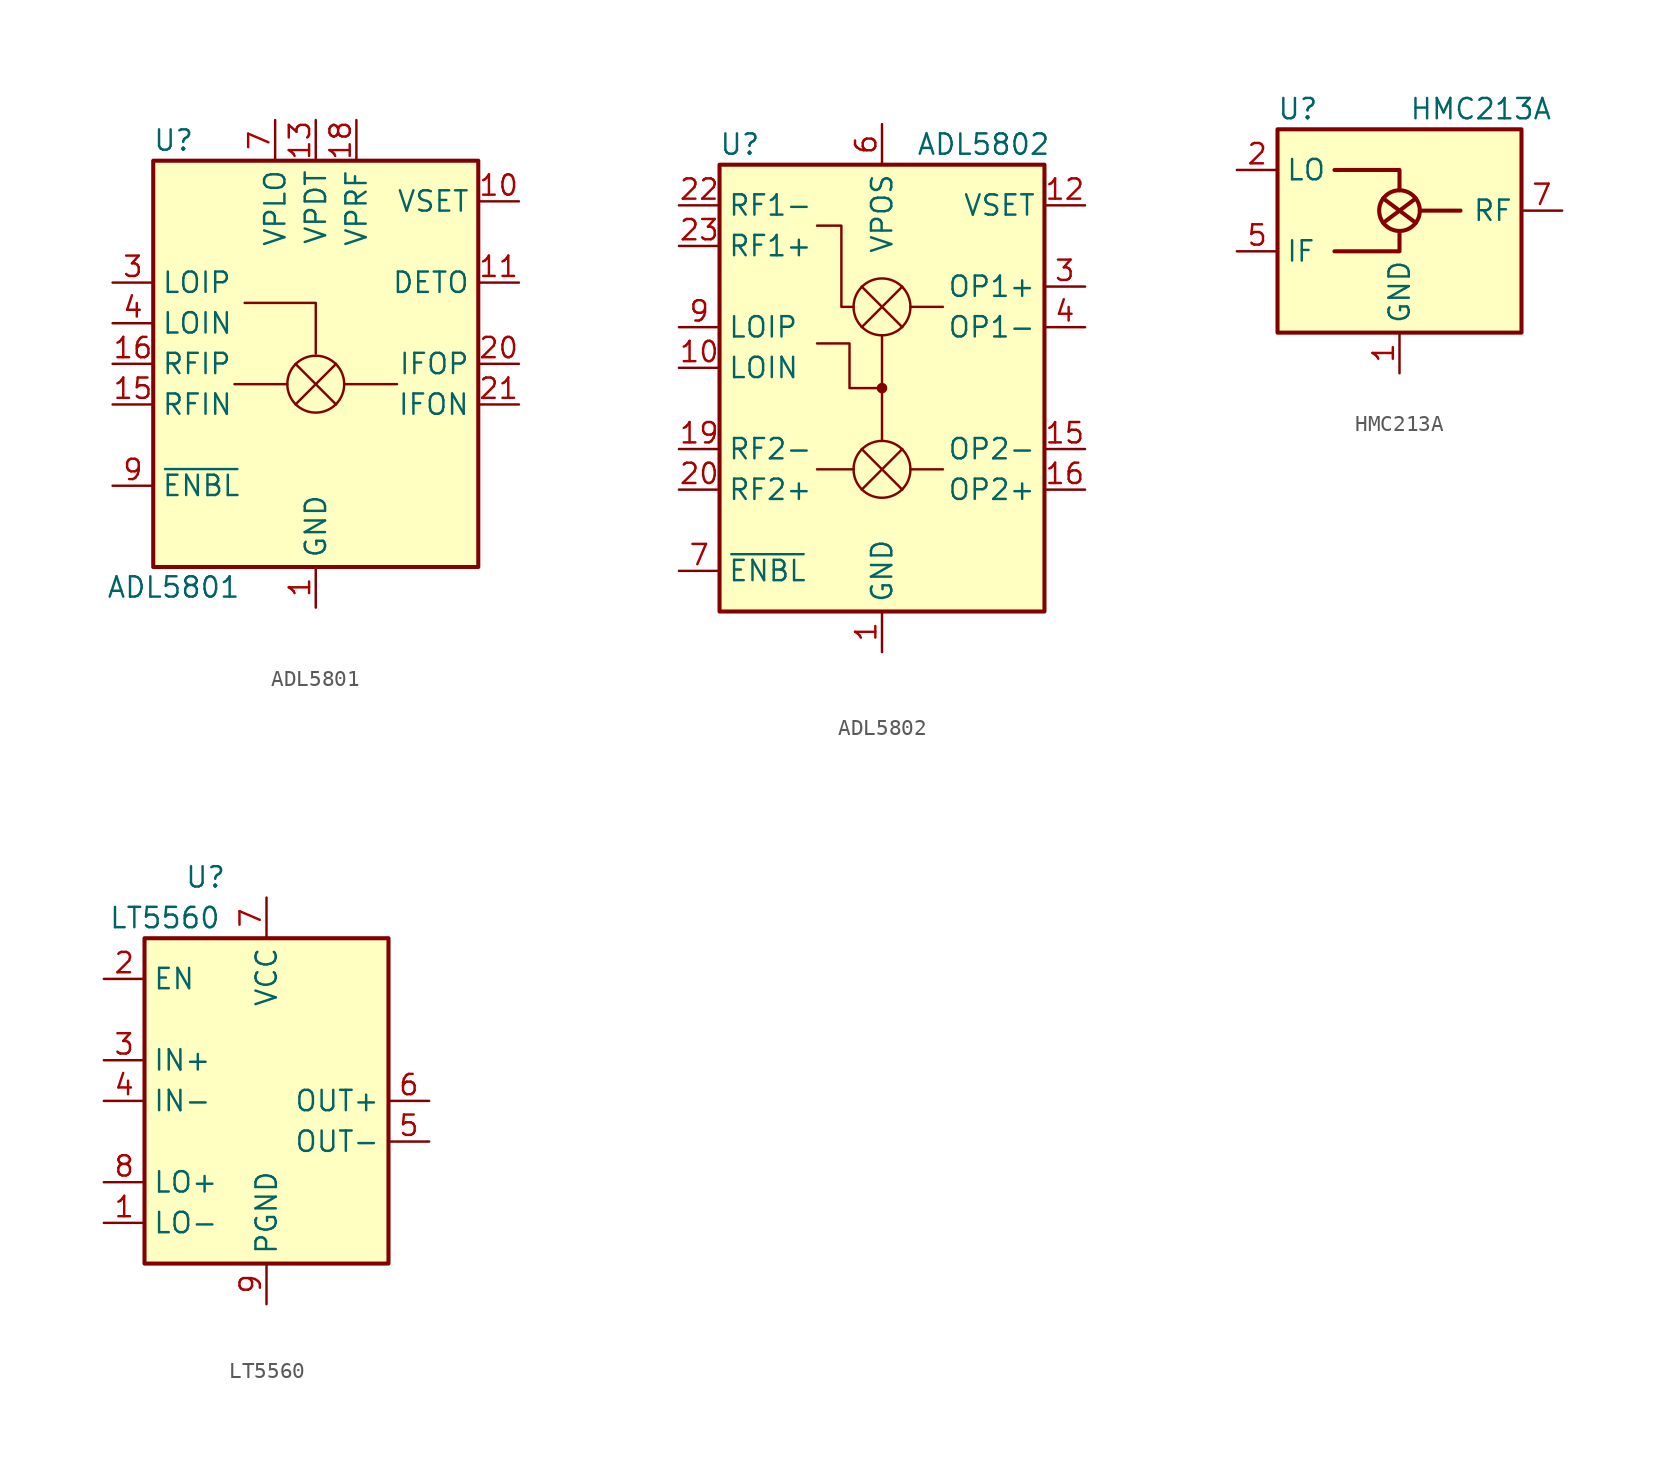
<source format=kicad_sym>
(kicad_symbol_lib
  (version 20241209)
  (generator "kicad_symbol_editor")
  (generator_version "9.0")
  (symbol "ADL5801"
    (property "Reference" "U"
      (at -8.89 13.97 0)
      (effects (font (size 1.27 1.27))))
    (property "Value" "ADL5801"
      (at -8.89 -13.97 0)
      (effects (font (size 1.27 1.27))))
    (symbol "ADL5801_0_1"
      (rectangle (start -10.16 12.7) (end 10.16 -12.7) (stroke (width 0.254) (type default)) (fill (type background)))
      (polyline (pts (xy -4.445 3.81) (xy 0 3.81) (xy 0 0.635)) (stroke (width 0) (type default)) (fill (type none))))
    (symbol "ADL5801_1_1"
      (polyline (pts (xy -1.778 -1.27) (xy -5.08 -1.27)) (stroke (width 0) (type default)) (fill (type none)))
      (polyline (pts (xy -1.27 0) (xy 1.27 -2.54)) (stroke (width 0) (type default)) (fill (type none)))
      (polyline (pts (xy -1.27 -2.54) (xy 1.27 0)) (stroke (width 0) (type default)) (fill (type none)))
      (circle (center 0 -1.27) (radius 1.778) (stroke (width 0) (type default)) (fill (type none)))
      (polyline (pts (xy 1.778 -1.27) (xy 5.08 -1.27)) (stroke (width 0) (type default)) (fill (type none)))
      (pin input line (at -12.7 5.08 0) (length 2.54) (name "LOIP" (effects (font (size 1.27 1.27)))) (number "3" (effects (font (size 1.27 1.27)))))
      (pin input line (at -12.7 2.54 0) (length 2.54) (name "LOIN" (effects (font (size 1.27 1.27)))) (number "4" (effects (font (size 1.27 1.27)))))
      (pin input line (at -12.7 0 0) (length 2.54) (name "RFIP" (effects (font (size 1.27 1.27)))) (number "16" (effects (font (size 1.27 1.27)))))
      (pin input line (at -12.7 -2.54 0) (length 2.54) (name "RFIN" (effects (font (size 1.27 1.27)))) (number "15" (effects (font (size 1.27 1.27)))))
      (pin input line (at -12.7 -7.62 0) (length 2.54) (name "~{ENBL}" (effects (font (size 1.27 1.27)))) (number "9" (effects (font (size 1.27 1.27)))))
      (pin passive line (at -2.54 15.24 270) (length 2.54) (hide yes) (name "VPLO" (effects (font (size 1.27 1.27)))) (number "24" (effects (font (size 1.27 1.27)))))
      (pin power_in line (at -2.54 15.24 270) (length 2.54) (name "VPLO" (effects (font (size 1.27 1.27)))) (number "7" (effects (font (size 1.27 1.27)))))
      (pin power_in line (at 0 15.24 270) (length 2.54) (name "VPDT" (effects (font (size 1.27 1.27)))) (number "13" (effects (font (size 1.27 1.27)))))
      (pin power_in line (at 0 -15.24 90) (length 2.54) (name "GND" (effects (font (size 1.27 1.27)))) (number "1" (effects (font (size 1.27 1.27)))))
      (pin passive line (at 0 -15.24 90) (length 2.54) (hide yes) (name "GND" (effects (font (size 1.27 1.27)))) (number "12" (effects (font (size 1.27 1.27)))))
      (pin passive line (at 0 -15.24 90) (length 2.54) (hide yes) (name "GND" (effects (font (size 1.27 1.27)))) (number "14" (effects (font (size 1.27 1.27)))))
      (pin passive line (at 0 -15.24 90) (length 2.54) (hide yes) (name "GND" (effects (font (size 1.27 1.27)))) (number "17" (effects (font (size 1.27 1.27)))))
      (pin passive line (at 0 -15.24 90) (length 2.54) (hide yes) (name "GND" (effects (font (size 1.27 1.27)))) (number "19" (effects (font (size 1.27 1.27)))))
      (pin passive line (at 0 -15.24 90) (length 2.54) (hide yes) (name "GND" (effects (font (size 1.27 1.27)))) (number "2" (effects (font (size 1.27 1.27)))))
      (pin passive line (at 0 -15.24 90) (length 2.54) (hide yes) (name "GND" (effects (font (size 1.27 1.27)))) (number "23" (effects (font (size 1.27 1.27)))))
      (pin passive line (at 0 -15.24 90) (length 2.54) (hide yes) (name "GND" (effects (font (size 1.27 1.27)))) (number "25" (effects (font (size 1.27 1.27)))))
      (pin passive line (at 0 -15.24 90) (length 2.54) (hide yes) (name "GND" (effects (font (size 1.27 1.27)))) (number "5" (effects (font (size 1.27 1.27)))))
      (pin passive line (at 0 -15.24 90) (length 2.54) (hide yes) (name "GND" (effects (font (size 1.27 1.27)))) (number "6" (effects (font (size 1.27 1.27)))))
      (pin passive line (at 0 -15.24 90) (length 2.54) (hide yes) (name "GND" (effects (font (size 1.27 1.27)))) (number "8" (effects (font (size 1.27 1.27)))))
      (pin power_in line (at 2.54 15.24 270) (length 2.54) (name "VPRF" (effects (font (size 1.27 1.27)))) (number "18" (effects (font (size 1.27 1.27)))))
      (pin no_connect line (at 10.16 -7.62 180) (length 2.54) (hide yes) (name "NC" (effects (font (size 1.27 1.27)))) (number "22" (effects (font (size 1.27 1.27)))))
      (pin input line (at 12.7 10.16 180) (length 2.54) (name "VSET" (effects (font (size 1.27 1.27)))) (number "10" (effects (font (size 1.27 1.27)))))
      (pin output line (at 12.7 5.08 180) (length 2.54) (name "DETO" (effects (font (size 1.27 1.27)))) (number "11" (effects (font (size 1.27 1.27)))))
      (pin output line (at 12.7 0 180) (length 2.54) (name "IFOP" (effects (font (size 1.27 1.27)))) (number "20" (effects (font (size 1.27 1.27)))))
      (pin output line (at 12.7 -2.54 180) (length 2.54) (name "IFON" (effects (font (size 1.27 1.27)))) (number "21" (effects (font (size 1.27 1.27)))))))
  (symbol "ADL5802"
    (property "Reference" "U"
      (at -8.89 16.51 0)
      (effects (font (size 1.27 1.27))))
    (property "Value" "ADL5802"
      (at 6.35 16.51 0)
      (effects (font (size 1.27 1.27))))
    (symbol "ADL5802_0_1"
      (rectangle (start -10.16 15.24) (end 10.16 -12.7) (stroke (width 0.254) (type default)) (fill (type background)))
      (polyline (pts (xy -1.778 6.35) (xy -2.54 6.35) (xy -2.54 11.43) (xy -4.064 11.43)) (stroke (width 0) (type default)) (fill (type none)))
      (polyline (pts (xy -1.778 -3.81) (xy -4.064 -3.81)) (stroke (width 0) (type default)) (fill (type none)))
      (polyline (pts (xy 0 4.572) (xy 0 -2.032)) (stroke (width 0) (type default)) (fill (type none)))
      (circle (center 0 1.27) (radius 0.254) (stroke (width 0) (type default)) (fill (type outline)))
      (polyline (pts (xy 0 1.27) (xy -2.032 1.27) (xy -2.032 4.064) (xy -3.048 4.064) (xy -4.064 4.064)) (stroke (width 0) (type default)) (fill (type none))))
    (symbol "ADL5802_1_1"
      (polyline (pts (xy -1.27 7.62) (xy 1.27 5.08)) (stroke (width 0) (type default)) (fill (type none)))
      (polyline (pts (xy -1.27 5.08) (xy 1.27 7.62)) (stroke (width 0) (type default)) (fill (type none)))
      (polyline (pts (xy -1.27 -2.54) (xy 1.27 -5.08)) (stroke (width 0) (type default)) (fill (type none)))
      (polyline (pts (xy -1.27 -5.08) (xy 1.27 -2.54)) (stroke (width 0) (type default)) (fill (type none)))
      (circle (center 0 6.35) (radius 1.778) (stroke (width 0) (type default)) (fill (type none)))
      (circle (center 0 -3.81) (radius 1.778) (stroke (width 0) (type default)) (fill (type none)))
      (rectangle (start 3.81 6.35) (end 1.778 6.35) (stroke (width 0) (type default)) (fill (type none)))
      (rectangle (start 3.81 -3.81) (end 1.778 -3.81) (stroke (width 0) (type default)) (fill (type none)))
      (pin input line (at -12.7 12.7 0) (length 2.54) (name "RF1-" (effects (font (size 1.27 1.27)))) (number "22" (effects (font (size 1.27 1.27)))))
      (pin input line (at -12.7 10.16 0) (length 2.54) (name "RF1+" (effects (font (size 1.27 1.27)))) (number "23" (effects (font (size 1.27 1.27)))))
      (pin input line (at -12.7 5.08 0) (length 2.54) (name "LOIP" (effects (font (size 1.27 1.27)))) (number "9" (effects (font (size 1.27 1.27)))))
      (pin input line (at -12.7 2.54 0) (length 2.54) (name "LOIN" (effects (font (size 1.27 1.27)))) (number "10" (effects (font (size 1.27 1.27)))))
      (pin input line (at -12.7 -2.54 0) (length 2.54) (name "RF2-" (effects (font (size 1.27 1.27)))) (number "19" (effects (font (size 1.27 1.27)))))
      (pin input line (at -12.7 -5.08 0) (length 2.54) (name "RF2+" (effects (font (size 1.27 1.27)))) (number "20" (effects (font (size 1.27 1.27)))))
      (pin input line (at -12.7 -10.16 0) (length 2.54) (name "~{ENBL}" (effects (font (size 1.27 1.27)))) (number "7" (effects (font (size 1.27 1.27)))))
      (pin passive line (at 0 17.78 270) (length 2.54) (hide yes) (name "VPOS" (effects (font (size 1.27 1.27)))) (number "13" (effects (font (size 1.27 1.27)))))
      (pin passive line (at 0 17.78 270) (length 2.54) (hide yes) (name "VPOS" (effects (font (size 1.27 1.27)))) (number "24" (effects (font (size 1.27 1.27)))))
      (pin power_in line (at 0 17.78 270) (length 2.54) (name "VPOS" (effects (font (size 1.27 1.27)))) (number "6" (effects (font (size 1.27 1.27)))))
      (pin power_in line (at 0 -15.24 90) (length 2.54) (name "GND" (effects (font (size 1.27 1.27)))) (number "1" (effects (font (size 1.27 1.27)))))
      (pin passive line (at 0 -15.24 90) (length 2.54) (hide yes) (name "GND" (effects (font (size 1.27 1.27)))) (number "11" (effects (font (size 1.27 1.27)))))
      (pin passive line (at 0 -15.24 90) (length 2.54) (hide yes) (name "GND" (effects (font (size 1.27 1.27)))) (number "14" (effects (font (size 1.27 1.27)))))
      (pin passive line (at 0 -15.24 90) (length 2.54) (hide yes) (name "GND" (effects (font (size 1.27 1.27)))) (number "17" (effects (font (size 1.27 1.27)))))
      (pin passive line (at 0 -15.24 90) (length 2.54) (hide yes) (name "GND" (effects (font (size 1.27 1.27)))) (number "18" (effects (font (size 1.27 1.27)))))
      (pin passive line (at 0 -15.24 90) (length 2.54) (hide yes) (name "GND" (effects (font (size 1.27 1.27)))) (number "2" (effects (font (size 1.27 1.27)))))
      (pin passive line (at 0 -15.24 90) (length 2.54) (hide yes) (name "GND" (effects (font (size 1.27 1.27)))) (number "21" (effects (font (size 1.27 1.27)))))
      (pin passive line (at 0 -15.24 90) (length 2.54) (hide yes) (name "GND" (effects (font (size 1.27 1.27)))) (number "25" (effects (font (size 1.27 1.27)))))
      (pin passive line (at 0 -15.24 90) (length 2.54) (hide yes) (name "GND" (effects (font (size 1.27 1.27)))) (number "5" (effects (font (size 1.27 1.27)))))
      (pin passive line (at 0 -15.24 90) (length 2.54) (hide yes) (name "GND" (effects (font (size 1.27 1.27)))) (number "8" (effects (font (size 1.27 1.27)))))
      (pin input line (at 12.7 12.7 180) (length 2.54) (name "VSET" (effects (font (size 1.27 1.27)))) (number "12" (effects (font (size 1.27 1.27)))))
      (pin output line (at 12.7 7.62 180) (length 2.54) (name "OP1+" (effects (font (size 1.27 1.27)))) (number "3" (effects (font (size 1.27 1.27)))))
      (pin output line (at 12.7 5.08 180) (length 2.54) (name "OP1-" (effects (font (size 1.27 1.27)))) (number "4" (effects (font (size 1.27 1.27)))))
      (pin output line (at 12.7 -2.54 180) (length 2.54) (name "OP2-" (effects (font (size 1.27 1.27)))) (number "15" (effects (font (size 1.27 1.27)))))
      (pin output line (at 12.7 -5.08 180) (length 2.54) (name "OP2+" (effects (font (size 1.27 1.27)))) (number "16" (effects (font (size 1.27 1.27)))))))
  (symbol "HMC213A"
    (property "Reference" "U"
      (at -6.35 8.89 0)
      (effects (font (size 1.27 1.27))))
    (property "Value" "HMC213A"
      (at 5.08 8.89 0)
      (effects (font (size 1.27 1.27))))
    (symbol "HMC213A_0_1"
      (rectangle (start -7.62 7.62) (end 7.62 -5.08) (stroke (width 0.254) (type default)) (fill (type background)))
      (polyline (pts (xy -1.016 3.302) (xy 1.016 1.778)) (stroke (width 0.254) (type default)) (fill (type none)))
      (polyline (pts (xy -1.016 1.778) (xy 1.016 3.302)) (stroke (width 0.254) (type default)) (fill (type none)))
      (polyline (pts (xy 0 3.81) (xy 0 5.08) (xy -4.064 5.08)) (stroke (width 0.254) (type default)) (fill (type none)))
      (circle (center 0 2.54) (radius 1.27) (stroke (width 0.254) (type default)) (fill (type none)))
      (polyline (pts (xy 0 1.27) (xy 0 0) (xy -4.064 0)) (stroke (width 0.254) (type default)) (fill (type none)))
      (polyline (pts (xy 1.27 2.54) (xy 3.81 2.54)) (stroke (width 0.254) (type default)) (fill (type none))))
    (symbol "HMC213A_1_1"
      (pin passive line (at -10.16 5.08 0) (length 2.54) (name "LO" (effects (font (size 1.27 1.27)))) (number "2" (effects (font (size 1.27 1.27)))))
      (pin passive line (at -10.16 0 0) (length 2.54) (name "IF" (effects (font (size 1.27 1.27)))) (number "5" (effects (font (size 1.27 1.27)))))
      (pin power_in line (at 0 -7.62 90) (length 2.54) (name "GND" (effects (font (size 1.27 1.27)))) (number "1" (effects (font (size 1.27 1.27)))))
      (pin passive line (at 0 -7.62 90) (length 2.54) (hide yes) (name "GND" (effects (font (size 1.27 1.27)))) (number "3" (effects (font (size 1.27 1.27)))))
      (pin passive line (at 0 -7.62 90) (length 2.54) (hide yes) (name "GND" (effects (font (size 1.27 1.27)))) (number "6" (effects (font (size 1.27 1.27)))))
      (pin passive line (at 0 -7.62 90) (length 2.54) (hide yes) (name "GND" (effects (font (size 1.27 1.27)))) (number "8" (effects (font (size 1.27 1.27)))))
      (pin no_connect line (at 5.08 -5.08 90) (length 2.54) (hide yes) (name "NC" (effects (font (size 1.27 1.27)))) (number "4" (effects (font (size 1.27 1.27)))))
      (pin passive line (at 10.16 2.54 180) (length 2.54) (name "RF" (effects (font (size 1.27 1.27)))) (number "7" (effects (font (size 1.27 1.27)))))))
  (symbol "LT5560"
    (property "Reference" "U"
      (at -3.81 13.97 0)
      (effects (font (size 1.27 1.27))))
    (property "Value" "LT5560"
      (at -6.35 11.43 0)
      (effects (font (size 1.27 1.27))))
    (symbol "LT5560_0_1"
      (rectangle (start -7.62 10.16) (end 7.62 -10.16) (stroke (width 0.254) (type default)) (fill (type background))))
    (symbol "LT5560_1_1"
      (pin input line (at -10.16 7.62 0) (length 2.54) (name "EN" (effects (font (size 1.27 1.27)))) (number "2" (effects (font (size 1.27 1.27)))))
      (pin input line (at -10.16 2.54 0) (length 2.54) (name "IN+" (effects (font (size 1.27 1.27)))) (number "3" (effects (font (size 1.27 1.27)))))
      (pin input line (at -10.16 0 0) (length 2.54) (name "IN-" (effects (font (size 1.27 1.27)))) (number "4" (effects (font (size 1.27 1.27)))))
      (pin input line (at -10.16 -5.08 0) (length 2.54) (name "LO+" (effects (font (size 1.27 1.27)))) (number "8" (effects (font (size 1.27 1.27)))))
      (pin input line (at -10.16 -7.62 0) (length 2.54) (name "LO-" (effects (font (size 1.27 1.27)))) (number "1" (effects (font (size 1.27 1.27)))))
      (pin power_in line (at 0 12.7 270) (length 2.54) (name "VCC" (effects (font (size 1.27 1.27)))) (number "7" (effects (font (size 1.27 1.27)))))
      (pin power_in line (at 0 -12.7 90) (length 2.54) (name "PGND" (effects (font (size 1.27 1.27)))) (number "9" (effects (font (size 1.27 1.27)))))
      (pin output line (at 10.16 0 180) (length 2.54) (name "OUT+" (effects (font (size 1.27 1.27)))) (number "6" (effects (font (size 1.27 1.27)))))
      (pin output line (at 10.16 -2.54 180) (length 2.54) (name "OUT-" (effects (font (size 1.27 1.27)))) (number "5" (effects (font (size 1.27 1.27))))))))
</source>
